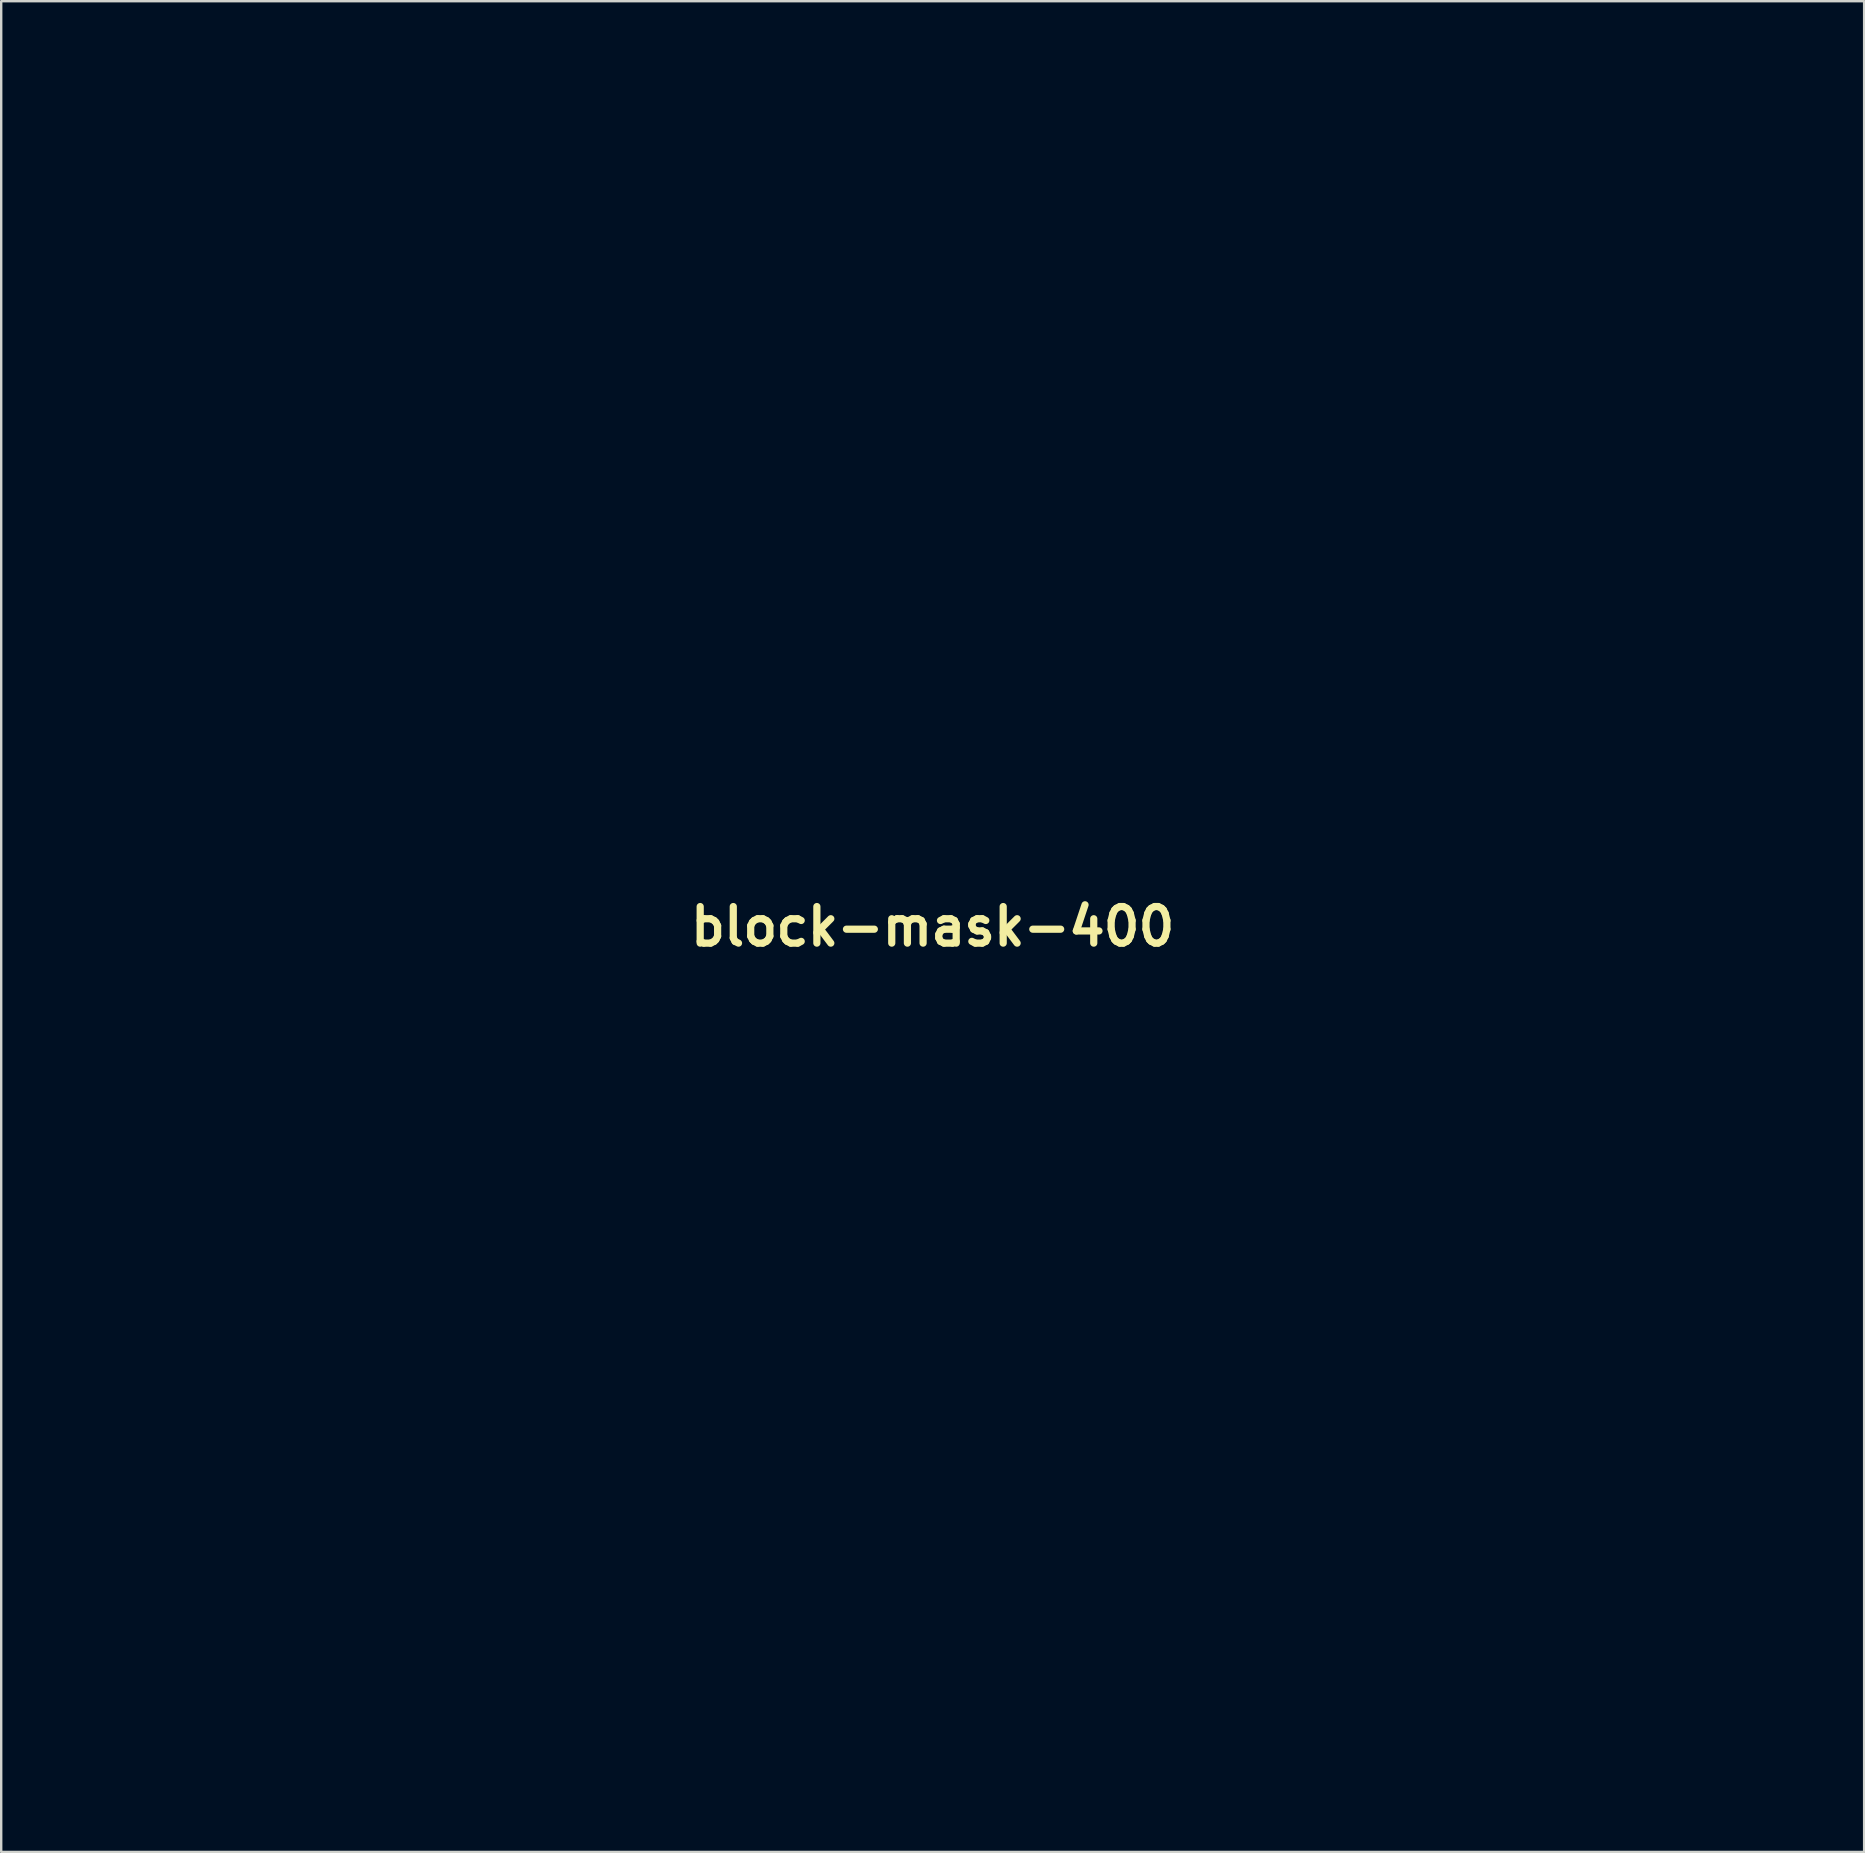
<source format=kicad_pcb>
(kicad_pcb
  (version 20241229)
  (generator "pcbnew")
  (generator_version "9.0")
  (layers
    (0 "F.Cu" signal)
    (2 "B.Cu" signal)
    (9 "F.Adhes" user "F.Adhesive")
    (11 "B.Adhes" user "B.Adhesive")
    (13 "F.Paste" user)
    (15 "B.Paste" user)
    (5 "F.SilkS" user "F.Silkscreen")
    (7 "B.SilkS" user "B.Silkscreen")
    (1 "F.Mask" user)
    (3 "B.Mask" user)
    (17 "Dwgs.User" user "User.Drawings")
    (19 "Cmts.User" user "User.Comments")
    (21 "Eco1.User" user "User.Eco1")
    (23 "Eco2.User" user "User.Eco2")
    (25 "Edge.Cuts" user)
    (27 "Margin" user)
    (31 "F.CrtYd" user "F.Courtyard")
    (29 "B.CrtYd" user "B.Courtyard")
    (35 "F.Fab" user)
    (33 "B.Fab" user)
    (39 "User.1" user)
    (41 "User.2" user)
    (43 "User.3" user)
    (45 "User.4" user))
  (footprint "block-mask-400"
    (layer "F.Cu")
    (at 35.819 35.565)
    (property "Reference" "block-mask-400" (at 0 0 0) (layer "F.SilkS") (effects (font (size 1.524 1.524) (thickness 0.3))))
    (attr through_hole)
    (fp_poly (pts (xy 35.814 35.56) (xy -35.814 35.56) (xy -35.814 -35.56) (xy 35.814 -35.56) (xy 35.814 35.56)) (stroke (width 0.01) (type solid)) (fill yes) (layer "F.Mask")))
  (gr_rect
    (start -3 -3)
    (end 74.638 74.13)
    (stroke (width 0.1) (type default))
    (fill no)
    (layer "Edge.Cuts")))
</source>
